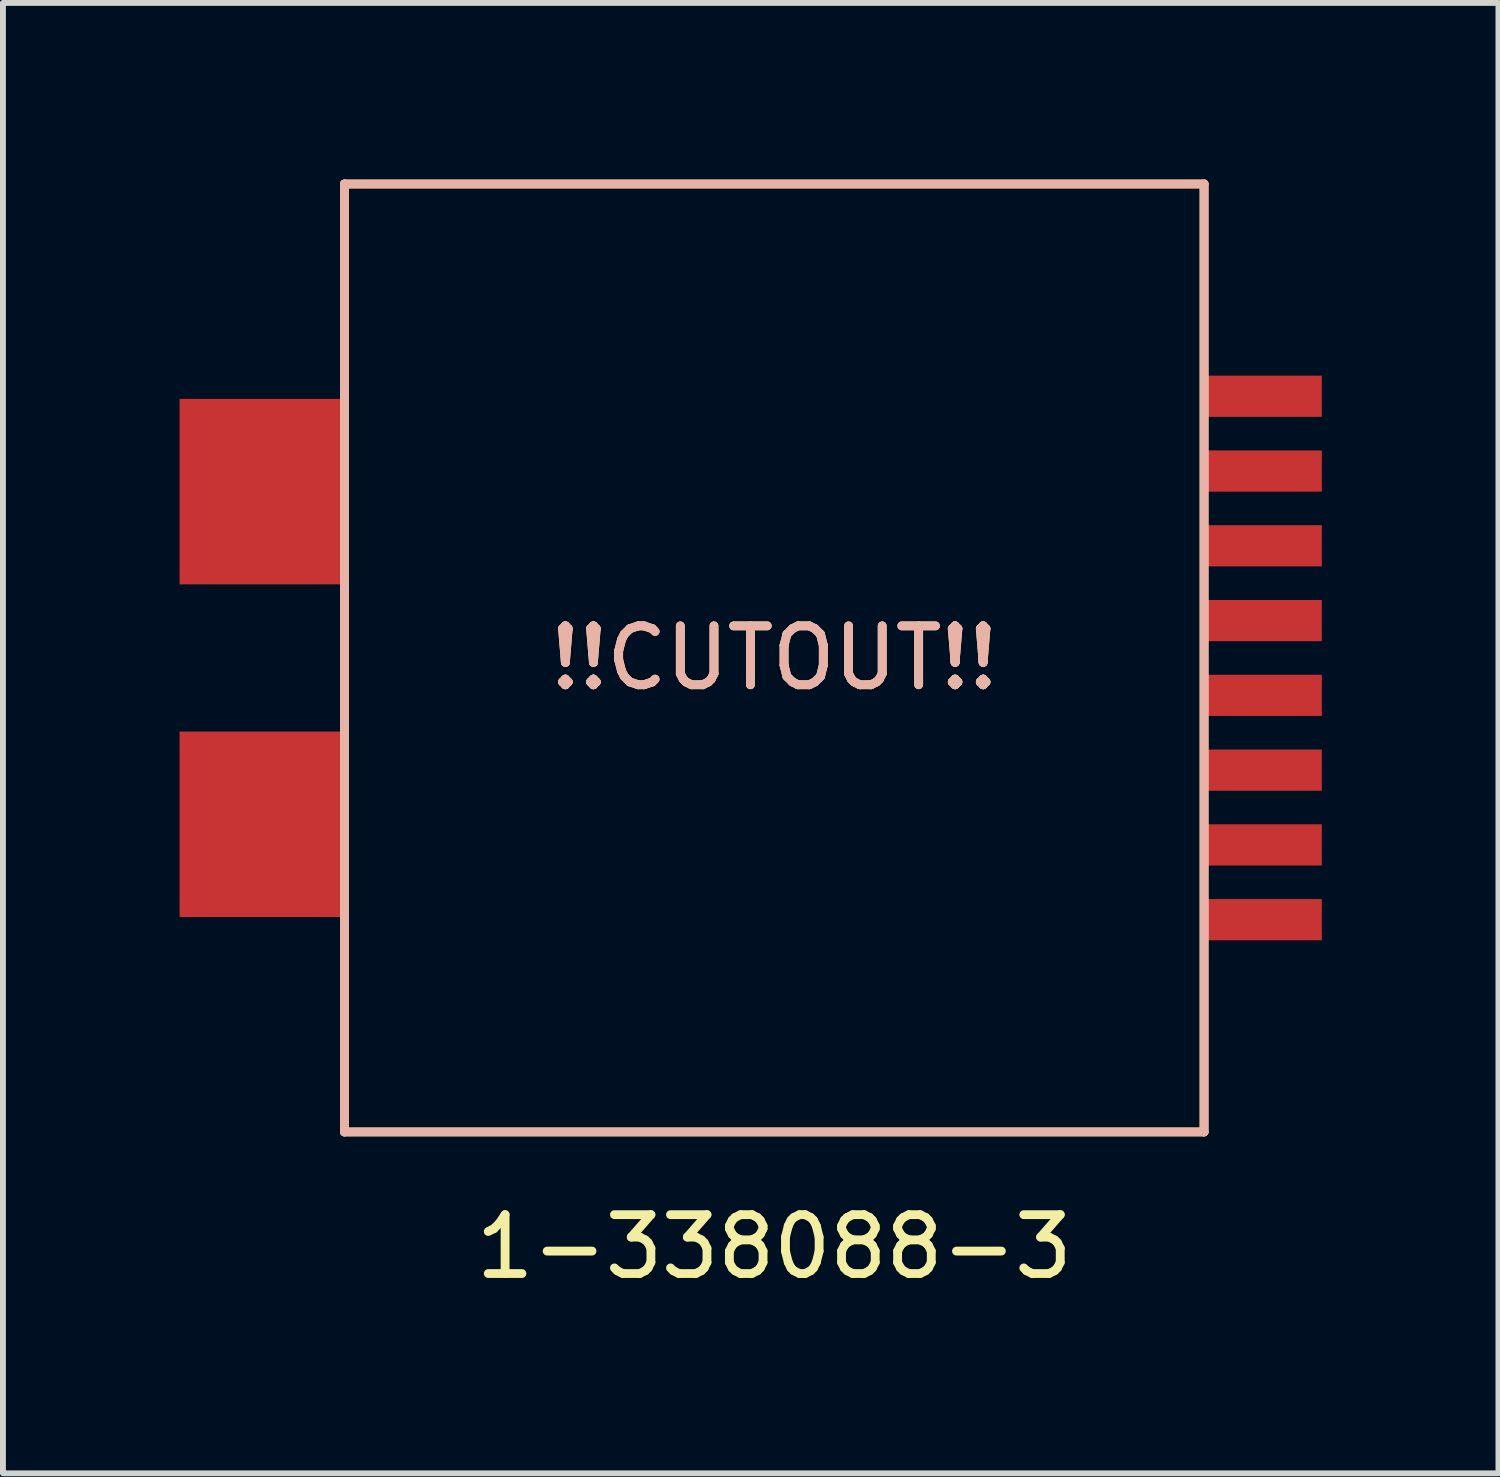
<source format=kicad_pcb>
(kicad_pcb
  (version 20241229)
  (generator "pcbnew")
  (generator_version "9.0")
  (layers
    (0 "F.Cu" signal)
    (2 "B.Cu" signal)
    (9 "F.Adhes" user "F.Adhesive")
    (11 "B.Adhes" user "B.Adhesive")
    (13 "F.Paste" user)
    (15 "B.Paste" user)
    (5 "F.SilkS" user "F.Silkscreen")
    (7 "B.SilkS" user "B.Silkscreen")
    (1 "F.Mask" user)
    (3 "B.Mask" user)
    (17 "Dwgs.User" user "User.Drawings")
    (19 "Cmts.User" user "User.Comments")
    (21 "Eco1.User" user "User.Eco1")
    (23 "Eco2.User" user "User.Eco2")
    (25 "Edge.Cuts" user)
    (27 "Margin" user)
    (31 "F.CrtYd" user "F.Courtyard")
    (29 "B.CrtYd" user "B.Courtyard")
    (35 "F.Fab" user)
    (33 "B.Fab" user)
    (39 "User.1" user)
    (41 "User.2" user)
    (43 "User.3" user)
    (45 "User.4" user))
  (footprint "1-338088-3"
    (layer "F.Cu")
    (at 10.1 8.125)
    (property "Reference" "1-338088-3" (at 0 10 0) (layer "F.SilkS") (effects (font (size 1 1) (thickness 0.15))))
    (attr smd)
    (fp_line (start -7.3 -8.05) (end 7.3 -8.05) (stroke (width 0.15) (type solid)) (layer "F.SilkS"))
    (fp_line (start -7.3 8.05) (end -7.3 -8.05) (stroke (width 0.15) (type solid)) (layer "F.SilkS"))
    (fp_line (start 7.3 -8.05) (end 7.3 8.05) (stroke (width 0.15) (type solid)) (layer "F.SilkS"))
    (fp_line (start 7.3 8.05) (end -7.3 8.05) (stroke (width 0.15) (type solid)) (layer "F.SilkS"))
    (fp_line (start -7.3 -8.05) (end 7.3 -8.05) (stroke (width 0.15) (type solid)) (layer "B.SilkS"))
    (fp_line (start -7.3 8.05) (end -7.3 -8.05) (stroke (width 0.15) (type solid)) (layer "B.SilkS"))
    (fp_line (start 7.3 -8.05) (end 7.3 8.05) (stroke (width 0.15) (type solid)) (layer "B.SilkS"))
    (fp_line (start 7.3 8.05) (end -7.3 8.05) (stroke (width 0.15) (type solid)) (layer "B.SilkS"))
    (fp_text user "!!CUTOUT!!" (at 0 0 0) (layer "F.SilkS") (effects (font (size 1 1) (thickness 0.15))))
    (fp_text user "!!CUTOUT!!" (at 0 0 0) (layer "B.SilkS") (effects (font (size 1 1) (thickness 0.15))))
    (pad "" smd rect (at -8.7 -2.825) (size 2.8 3.15) (layers "F.Cu" "F.Mask" "F.Paste"))
    (pad "" smd rect (at -8.7 2.825) (size 2.8 3.15) (layers "F.Cu" "F.Mask" "F.Paste"))
    (pad "1" smd rect (at 8.3 4.445) (size 2 0.7) (layers "F.Cu" "F.Mask" "F.Paste"))
    (pad "2" smd rect (at 8.3 3.175) (size 2 0.7) (layers "F.Cu" "F.Mask" "F.Paste"))
    (pad "3" smd rect (at 8.3 1.905) (size 2 0.7) (layers "F.Cu" "F.Mask" "F.Paste"))
    (pad "4" smd rect (at 8.3 0.635) (size 2 0.7) (layers "F.Cu" "F.Mask" "F.Paste"))
    (pad "5" smd rect (at 8.3 -0.635) (size 2 0.7) (layers "F.Cu" "F.Mask" "F.Paste"))
    (pad "6" smd rect (at 8.3 -1.905) (size 2 0.7) (layers "F.Cu" "F.Mask" "F.Paste"))
    (pad "7" smd rect (at 8.3 -3.175) (size 2 0.7) (layers "F.Cu" "F.Mask" "F.Paste"))
    (pad "8" smd rect (at 8.3 -4.445) (size 2 0.7) (layers "F.Cu" "F.Mask" "F.Paste")))
  (gr_rect
    (start -3 -3)
    (end 22.4 21.973)
    (stroke (width 0.1) (type default))
    (fill no)
    (layer "Edge.Cuts")))
</source>
